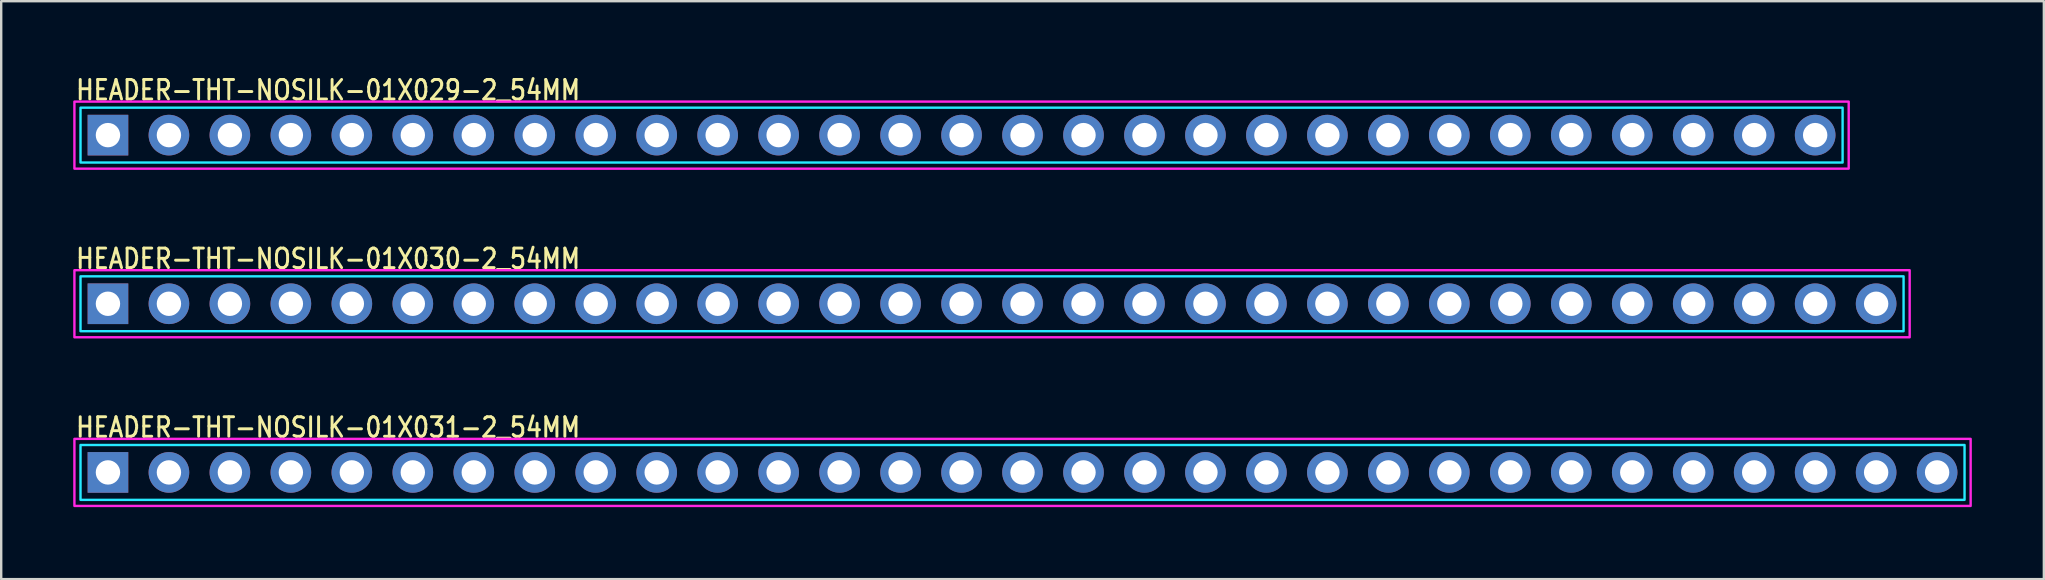
<source format=kicad_pcb>
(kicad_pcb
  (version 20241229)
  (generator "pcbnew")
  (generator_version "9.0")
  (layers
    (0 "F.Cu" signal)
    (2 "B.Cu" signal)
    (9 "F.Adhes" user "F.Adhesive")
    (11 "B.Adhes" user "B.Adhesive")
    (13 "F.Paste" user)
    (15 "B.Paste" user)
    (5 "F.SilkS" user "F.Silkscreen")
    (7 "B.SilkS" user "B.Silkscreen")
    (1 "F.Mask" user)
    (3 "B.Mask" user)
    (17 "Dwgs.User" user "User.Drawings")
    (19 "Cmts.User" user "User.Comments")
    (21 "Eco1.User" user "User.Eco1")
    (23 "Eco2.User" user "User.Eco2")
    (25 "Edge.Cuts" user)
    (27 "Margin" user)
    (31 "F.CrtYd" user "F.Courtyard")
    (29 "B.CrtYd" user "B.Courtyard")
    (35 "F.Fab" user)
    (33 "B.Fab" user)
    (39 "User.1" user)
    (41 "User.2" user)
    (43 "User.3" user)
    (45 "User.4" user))
  (footprint "HEADER-THT-NOSILK-01X030-2_54MM"
    (layer "F.Cu")
    (at 1.447 9.604)
    (property "Reference" "HEADER-THT-NOSILK-01X030-2_54MM" (at -1.4 -1.4 0) (unlocked yes) (layer "F.SilkS") (effects (font (size 0.813 0.695) (thickness 0.122)) (justify left bottom)))
    (fp_poly (pts (xy -1.143 -1.143) (xy 74.803 -1.143) (xy 74.803 1.143) (xy -1.143 1.143)) (stroke (width 0.1) (type solid)) (fill no) (layer "B.CrtYd"))
    (fp_poly (pts (xy -1.397 -1.397) (xy 75.057 -1.397) (xy 75.057 1.397) (xy -1.397 1.397)) (stroke (width 0.1) (type solid)) (fill no) (layer "F.CrtYd"))
    (pad "1" thru_hole rect (at 0 0) (size 1.693 1.693) (drill 1.016) (layers "*.Cu" "*.Mask"))
    (pad "2" thru_hole oval (at 2.54 0) (size 1.693 1.693) (drill 1.016) (layers "*.Cu" "*.Mask"))
    (pad "3" thru_hole oval (at 5.08 0) (size 1.693 1.693) (drill 1.016) (layers "*.Cu" "*.Mask"))
    (pad "4" thru_hole oval (at 7.62 0) (size 1.693 1.693) (drill 1.016) (layers "*.Cu" "*.Mask"))
    (pad "5" thru_hole oval (at 10.16 0) (size 1.693 1.693) (drill 1.016) (layers "*.Cu" "*.Mask"))
    (pad "6" thru_hole oval (at 12.7 0) (size 1.693 1.693) (drill 1.016) (layers "*.Cu" "*.Mask"))
    (pad "7" thru_hole oval (at 15.24 0) (size 1.693 1.693) (drill 1.016) (layers "*.Cu" "*.Mask"))
    (pad "8" thru_hole oval (at 17.78 0) (size 1.693 1.693) (drill 1.016) (layers "*.Cu" "*.Mask"))
    (pad "9" thru_hole oval (at 20.32 0) (size 1.693 1.693) (drill 1.016) (layers "*.Cu" "*.Mask"))
    (pad "10" thru_hole oval (at 22.86 0) (size 1.693 1.693) (drill 1.016) (layers "*.Cu" "*.Mask"))
    (pad "11" thru_hole oval (at 25.4 0) (size 1.693 1.693) (drill 1.016) (layers "*.Cu" "*.Mask"))
    (pad "12" thru_hole oval (at 27.94 0) (size 1.693 1.693) (drill 1.016) (layers "*.Cu" "*.Mask"))
    (pad "13" thru_hole oval (at 30.48 0) (size 1.693 1.693) (drill 1.016) (layers "*.Cu" "*.Mask"))
    (pad "14" thru_hole oval (at 33.02 0) (size 1.693 1.693) (drill 1.016) (layers "*.Cu" "*.Mask"))
    (pad "15" thru_hole oval (at 35.56 0) (size 1.693 1.693) (drill 1.016) (layers "*.Cu" "*.Mask"))
    (pad "16" thru_hole oval (at 38.1 0) (size 1.693 1.693) (drill 1.016) (layers "*.Cu" "*.Mask"))
    (pad "17" thru_hole oval (at 40.64 0) (size 1.693 1.693) (drill 1.016) (layers "*.Cu" "*.Mask"))
    (pad "18" thru_hole oval (at 43.18 0) (size 1.693 1.693) (drill 1.016) (layers "*.Cu" "*.Mask"))
    (pad "19" thru_hole oval (at 45.72 0) (size 1.693 1.693) (drill 1.016) (layers "*.Cu" "*.Mask"))
    (pad "20" thru_hole oval (at 48.26 0) (size 1.693 1.693) (drill 1.016) (layers "*.Cu" "*.Mask"))
    (pad "21" thru_hole oval (at 50.8 0) (size 1.693 1.693) (drill 1.016) (layers "*.Cu" "*.Mask"))
    (pad "22" thru_hole oval (at 53.34 0) (size 1.693 1.693) (drill 1.016) (layers "*.Cu" "*.Mask"))
    (pad "23" thru_hole oval (at 55.88 0) (size 1.693 1.693) (drill 1.016) (layers "*.Cu" "*.Mask"))
    (pad "24" thru_hole oval (at 58.42 0) (size 1.693 1.693) (drill 1.016) (layers "*.Cu" "*.Mask"))
    (pad "25" thru_hole oval (at 60.96 0) (size 1.693 1.693) (drill 1.016) (layers "*.Cu" "*.Mask"))
    (pad "26" thru_hole oval (at 63.5 0) (size 1.693 1.693) (drill 1.016) (layers "*.Cu" "*.Mask"))
    (pad "27" thru_hole oval (at 66.04 0) (size 1.693 1.693) (drill 1.016) (layers "*.Cu" "*.Mask"))
    (pad "28" thru_hole oval (at 68.58 0) (size 1.693 1.693) (drill 1.016) (layers "*.Cu" "*.Mask"))
    (pad "29" thru_hole oval (at 71.12 0) (size 1.693 1.693) (drill 1.016) (layers "*.Cu" "*.Mask"))
    (pad "30" thru_hole oval (at 73.66 0) (size 1.693 1.693) (drill 1.016) (layers "*.Cu" "*.Mask")))
  (footprint "HEADER-THT-NOSILK-01X029-2_54MM"
    (layer "F.Cu")
    (at 1.447 2.579)
    (property "Reference" "HEADER-THT-NOSILK-01X029-2_54MM" (at -1.4 -1.4 0) (unlocked yes) (layer "F.SilkS") (effects (font (size 0.813 0.695) (thickness 0.122)) (justify left bottom)))
    (fp_poly (pts (xy -1.143 -1.143) (xy 72.263 -1.143) (xy 72.263 1.143) (xy -1.143 1.143)) (stroke (width 0.1) (type solid)) (fill no) (layer "B.CrtYd"))
    (fp_poly (pts (xy -1.397 -1.397) (xy 72.517 -1.397) (xy 72.517 1.397) (xy -1.397 1.397)) (stroke (width 0.1) (type solid)) (fill no) (layer "F.CrtYd"))
    (pad "1" thru_hole rect (at 0 0) (size 1.693 1.693) (drill 1.016) (layers "*.Cu" "*.Mask"))
    (pad "2" thru_hole oval (at 2.54 0) (size 1.693 1.693) (drill 1.016) (layers "*.Cu" "*.Mask"))
    (pad "3" thru_hole oval (at 5.08 0) (size 1.693 1.693) (drill 1.016) (layers "*.Cu" "*.Mask"))
    (pad "4" thru_hole oval (at 7.62 0) (size 1.693 1.693) (drill 1.016) (layers "*.Cu" "*.Mask"))
    (pad "5" thru_hole oval (at 10.16 0) (size 1.693 1.693) (drill 1.016) (layers "*.Cu" "*.Mask"))
    (pad "6" thru_hole oval (at 12.7 0) (size 1.693 1.693) (drill 1.016) (layers "*.Cu" "*.Mask"))
    (pad "7" thru_hole oval (at 15.24 0) (size 1.693 1.693) (drill 1.016) (layers "*.Cu" "*.Mask"))
    (pad "8" thru_hole oval (at 17.78 0) (size 1.693 1.693) (drill 1.016) (layers "*.Cu" "*.Mask"))
    (pad "9" thru_hole oval (at 20.32 0) (size 1.693 1.693) (drill 1.016) (layers "*.Cu" "*.Mask"))
    (pad "10" thru_hole oval (at 22.86 0) (size 1.693 1.693) (drill 1.016) (layers "*.Cu" "*.Mask"))
    (pad "11" thru_hole oval (at 25.4 0) (size 1.693 1.693) (drill 1.016) (layers "*.Cu" "*.Mask"))
    (pad "12" thru_hole oval (at 27.94 0) (size 1.693 1.693) (drill 1.016) (layers "*.Cu" "*.Mask"))
    (pad "13" thru_hole oval (at 30.48 0) (size 1.693 1.693) (drill 1.016) (layers "*.Cu" "*.Mask"))
    (pad "14" thru_hole oval (at 33.02 0) (size 1.693 1.693) (drill 1.016) (layers "*.Cu" "*.Mask"))
    (pad "15" thru_hole oval (at 35.56 0) (size 1.693 1.693) (drill 1.016) (layers "*.Cu" "*.Mask"))
    (pad "16" thru_hole oval (at 38.1 0) (size 1.693 1.693) (drill 1.016) (layers "*.Cu" "*.Mask"))
    (pad "17" thru_hole oval (at 40.64 0) (size 1.693 1.693) (drill 1.016) (layers "*.Cu" "*.Mask"))
    (pad "18" thru_hole oval (at 43.18 0) (size 1.693 1.693) (drill 1.016) (layers "*.Cu" "*.Mask"))
    (pad "19" thru_hole oval (at 45.72 0) (size 1.693 1.693) (drill 1.016) (layers "*.Cu" "*.Mask"))
    (pad "20" thru_hole oval (at 48.26 0) (size 1.693 1.693) (drill 1.016) (layers "*.Cu" "*.Mask"))
    (pad "21" thru_hole oval (at 50.8 0) (size 1.693 1.693) (drill 1.016) (layers "*.Cu" "*.Mask"))
    (pad "22" thru_hole oval (at 53.34 0) (size 1.693 1.693) (drill 1.016) (layers "*.Cu" "*.Mask"))
    (pad "23" thru_hole oval (at 55.88 0) (size 1.693 1.693) (drill 1.016) (layers "*.Cu" "*.Mask"))
    (pad "24" thru_hole oval (at 58.42 0) (size 1.693 1.693) (drill 1.016) (layers "*.Cu" "*.Mask"))
    (pad "25" thru_hole oval (at 60.96 0) (size 1.693 1.693) (drill 1.016) (layers "*.Cu" "*.Mask"))
    (pad "26" thru_hole oval (at 63.5 0) (size 1.693 1.693) (drill 1.016) (layers "*.Cu" "*.Mask"))
    (pad "27" thru_hole oval (at 66.04 0) (size 1.693 1.693) (drill 1.016) (layers "*.Cu" "*.Mask"))
    (pad "28" thru_hole oval (at 68.58 0) (size 1.693 1.693) (drill 1.016) (layers "*.Cu" "*.Mask"))
    (pad "29" thru_hole oval (at 71.12 0) (size 1.693 1.693) (drill 1.016) (layers "*.Cu" "*.Mask")))
  (footprint "HEADER-THT-NOSILK-01X031-2_54MM"
    (layer "F.Cu")
    (at 1.447 16.63)
    (property "Reference" "HEADER-THT-NOSILK-01X031-2_54MM" (at -1.4 -1.4 0) (unlocked yes) (layer "F.SilkS") (effects (font (size 0.813 0.695) (thickness 0.122)) (justify left bottom)))
    (fp_poly (pts (xy -1.143 -1.143) (xy 77.343 -1.143) (xy 77.343 1.143) (xy -1.143 1.143)) (stroke (width 0.1) (type solid)) (fill no) (layer "B.CrtYd"))
    (fp_poly (pts (xy -1.397 -1.397) (xy 77.597 -1.397) (xy 77.597 1.397) (xy -1.397 1.397)) (stroke (width 0.1) (type solid)) (fill no) (layer "F.CrtYd"))
    (pad "1" thru_hole rect (at 0 0) (size 1.693 1.693) (drill 1.016) (layers "*.Cu" "*.Mask"))
    (pad "2" thru_hole oval (at 2.54 0) (size 1.693 1.693) (drill 1.016) (layers "*.Cu" "*.Mask"))
    (pad "3" thru_hole oval (at 5.08 0) (size 1.693 1.693) (drill 1.016) (layers "*.Cu" "*.Mask"))
    (pad "4" thru_hole oval (at 7.62 0) (size 1.693 1.693) (drill 1.016) (layers "*.Cu" "*.Mask"))
    (pad "5" thru_hole oval (at 10.16 0) (size 1.693 1.693) (drill 1.016) (layers "*.Cu" "*.Mask"))
    (pad "6" thru_hole oval (at 12.7 0) (size 1.693 1.693) (drill 1.016) (layers "*.Cu" "*.Mask"))
    (pad "7" thru_hole oval (at 15.24 0) (size 1.693 1.693) (drill 1.016) (layers "*.Cu" "*.Mask"))
    (pad "8" thru_hole oval (at 17.78 0) (size 1.693 1.693) (drill 1.016) (layers "*.Cu" "*.Mask"))
    (pad "9" thru_hole oval (at 20.32 0) (size 1.693 1.693) (drill 1.016) (layers "*.Cu" "*.Mask"))
    (pad "10" thru_hole oval (at 22.86 0) (size 1.693 1.693) (drill 1.016) (layers "*.Cu" "*.Mask"))
    (pad "11" thru_hole oval (at 25.4 0) (size 1.693 1.693) (drill 1.016) (layers "*.Cu" "*.Mask"))
    (pad "12" thru_hole oval (at 27.94 0) (size 1.693 1.693) (drill 1.016) (layers "*.Cu" "*.Mask"))
    (pad "13" thru_hole oval (at 30.48 0) (size 1.693 1.693) (drill 1.016) (layers "*.Cu" "*.Mask"))
    (pad "14" thru_hole oval (at 33.02 0) (size 1.693 1.693) (drill 1.016) (layers "*.Cu" "*.Mask"))
    (pad "15" thru_hole oval (at 35.56 0) (size 1.693 1.693) (drill 1.016) (layers "*.Cu" "*.Mask"))
    (pad "16" thru_hole oval (at 38.1 0) (size 1.693 1.693) (drill 1.016) (layers "*.Cu" "*.Mask"))
    (pad "17" thru_hole oval (at 40.64 0) (size 1.693 1.693) (drill 1.016) (layers "*.Cu" "*.Mask"))
    (pad "18" thru_hole oval (at 43.18 0) (size 1.693 1.693) (drill 1.016) (layers "*.Cu" "*.Mask"))
    (pad "19" thru_hole oval (at 45.72 0) (size 1.693 1.693) (drill 1.016) (layers "*.Cu" "*.Mask"))
    (pad "20" thru_hole oval (at 48.26 0) (size 1.693 1.693) (drill 1.016) (layers "*.Cu" "*.Mask"))
    (pad "21" thru_hole oval (at 50.8 0) (size 1.693 1.693) (drill 1.016) (layers "*.Cu" "*.Mask"))
    (pad "22" thru_hole oval (at 53.34 0) (size 1.693 1.693) (drill 1.016) (layers "*.Cu" "*.Mask"))
    (pad "23" thru_hole oval (at 55.88 0) (size 1.693 1.693) (drill 1.016) (layers "*.Cu" "*.Mask"))
    (pad "24" thru_hole oval (at 58.42 0) (size 1.693 1.693) (drill 1.016) (layers "*.Cu" "*.Mask"))
    (pad "25" thru_hole oval (at 60.96 0) (size 1.693 1.693) (drill 1.016) (layers "*.Cu" "*.Mask"))
    (pad "26" thru_hole oval (at 63.5 0) (size 1.693 1.693) (drill 1.016) (layers "*.Cu" "*.Mask"))
    (pad "27" thru_hole oval (at 66.04 0) (size 1.693 1.693) (drill 1.016) (layers "*.Cu" "*.Mask"))
    (pad "28" thru_hole oval (at 68.58 0) (size 1.693 1.693) (drill 1.016) (layers "*.Cu" "*.Mask"))
    (pad "29" thru_hole oval (at 71.12 0) (size 1.693 1.693) (drill 1.016) (layers "*.Cu" "*.Mask"))
    (pad "30" thru_hole oval (at 73.66 0) (size 1.693 1.693) (drill 1.016) (layers "*.Cu" "*.Mask"))
    (pad "31" thru_hole oval (at 76.2 0) (size 1.693 1.693) (drill 1.016) (layers "*.Cu" "*.Mask")))
  (gr_rect
    (start -3 -3)
    (end 82.094 21.077)
    (stroke (width 0.1) (type default))
    (fill no)
    (layer "Edge.Cuts")))
</source>
